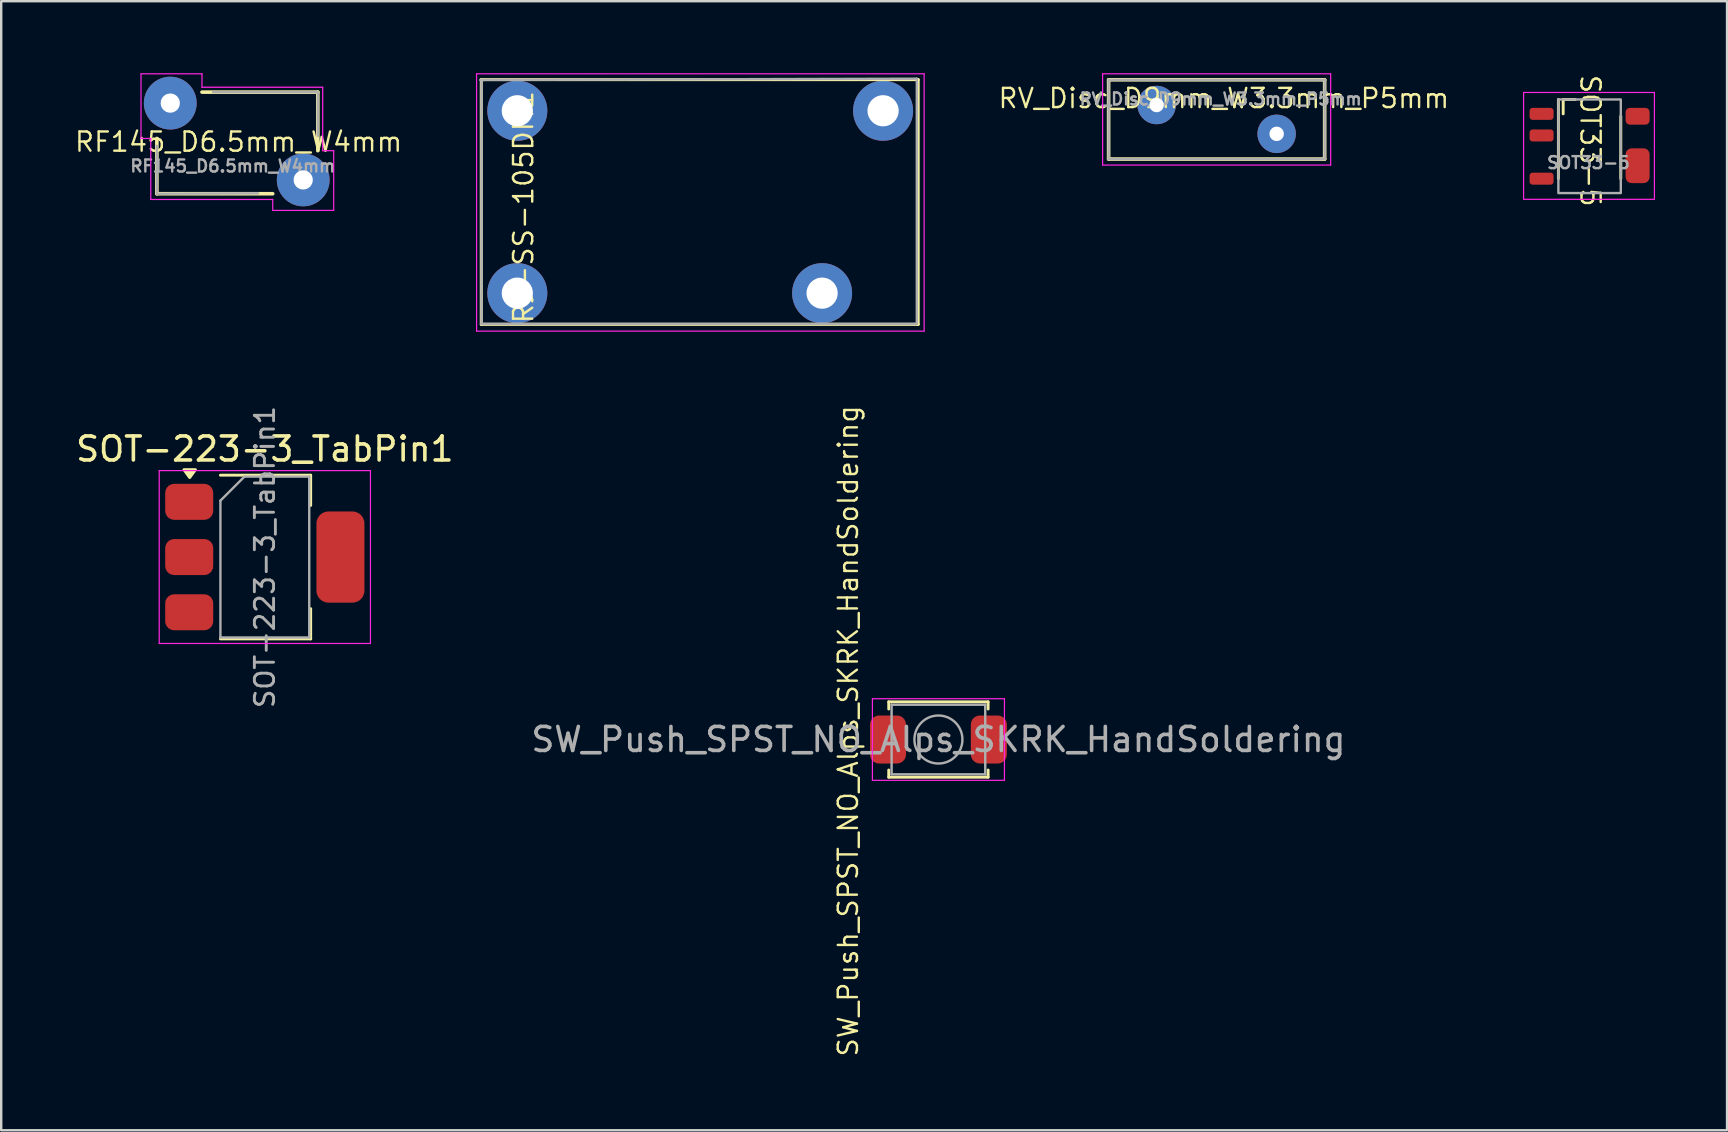
<source format=kicad_pcb>
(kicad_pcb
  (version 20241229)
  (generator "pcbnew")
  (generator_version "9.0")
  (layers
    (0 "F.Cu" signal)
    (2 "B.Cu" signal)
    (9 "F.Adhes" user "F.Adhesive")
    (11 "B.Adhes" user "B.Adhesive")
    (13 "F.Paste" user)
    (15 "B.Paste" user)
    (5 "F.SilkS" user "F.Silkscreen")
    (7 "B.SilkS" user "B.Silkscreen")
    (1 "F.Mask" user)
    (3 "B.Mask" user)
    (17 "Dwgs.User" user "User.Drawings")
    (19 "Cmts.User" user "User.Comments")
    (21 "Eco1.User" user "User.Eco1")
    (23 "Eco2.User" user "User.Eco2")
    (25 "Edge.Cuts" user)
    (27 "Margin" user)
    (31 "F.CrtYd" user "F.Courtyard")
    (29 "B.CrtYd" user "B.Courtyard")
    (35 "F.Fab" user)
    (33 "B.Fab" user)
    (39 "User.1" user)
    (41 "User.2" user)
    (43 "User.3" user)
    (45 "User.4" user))
  (footprint "SOT33-5"
    (layer "F.Cu")
    (at 63.168 3.153)
    (property "Reference" "SOT33-5" (at 0.028 -0.34 270) (unlocked yes) (layer "F.SilkS") (effects (font (size 0.8 0.8) (thickness 0.1))))
    (attr smd)
    (fp_line (start -1.3 1.24) (end -1.3 -2.06) (stroke (width 0.12) (type solid)) (layer "F.SilkS"))
    (fp_line (start -1.1 -2.06) (end -1.1 -1.46) (stroke (width 0.12) (type solid)) (layer "F.SilkS"))
    (fp_line (start -0.6 -2.06) (end -1.1 -2.06) (stroke (width 0.12) (type solid)) (layer "F.SilkS"))
    (fp_line (start 1.3 1.24) (end 1.3 -1.36) (stroke (width 0.12) (type solid)) (layer "F.SilkS"))
    (fp_rect (start -2.75 -2.35) (end 2.7 2.1) (stroke (width 0.05) (type default)) (fill no) (layer "F.CrtYd"))
    (fp_rect (start -1.3 -2.06) (end 1.3 1.84) (stroke (width 0.1) (type solid)) (fill no) (layer "F.Fab"))
    (fp_text user "${REFERENCE}" (at -0.05 0.574 0) (unlocked yes) (layer "F.Fab") (effects (font (size 0.5 0.5) (thickness 0.1))))
    (pad "1" smd roundrect (at -2 -1.46) (size 1 0.5) (layers "F.Cu" "F.Mask" "F.Paste") (roundrect_rratio 0.25))
    (pad "2" smd roundrect (at -2 -0.56) (size 1 0.5) (layers "F.Cu" "F.Mask" "F.Paste") (roundrect_rratio 0.25))
    (pad "3" smd roundrect (at -2 1.24) (size 1 0.5) (layers "F.Cu" "F.Mask" "F.Paste") (roundrect_rratio 0.25))
    (pad "4" smd roundrect (at 2 0.7 90) (size 1.45 1) (layers "F.Cu" "F.Mask" "F.Paste") (roundrect_rratio 0.25))
    (pad "5" smd roundrect (at 2 -1.36) (size 1 0.7) (layers "F.Cu" "F.Mask" "F.Paste") (roundrect_rratio 0.25)))
  (footprint "RF145_D6.5mm_W4mm"
    (layer "F.Cu")
    (at 6.939 2.921)
    (property "Reference" "RF145_D6.5mm_W4mm" (at -0.05 -0.06 0) (layer "F.SilkS") (effects (font (size 0.8 0.8) (thickness 0.1))))
    (attr through_hole)
    (fp_line (start -3.454 -0.203) (end -3.454 2.1) (stroke (width 0.15) (type solid)) (layer "F.SilkS"))
    (fp_line (start -3.454 2.1) (end 1.372 2.1) (stroke (width 0.15) (type solid)) (layer "F.SilkS"))
    (fp_line (start -1.575 -2.134) (end 3.251 -2.134) (stroke (width 0.15) (type solid)) (layer "F.SilkS"))
    (fp_line (start 3.251 -2.134) (end 3.251 0.305) (stroke (width 0.15) (type solid)) (layer "F.SilkS"))
    (fp_line (start -4.115 -2.896) (end -4.115 -0.203) (stroke (width 0.05) (type solid)) (layer "F.CrtYd"))
    (fp_line (start -4.115 -2.896) (end -1.575 -2.896) (stroke (width 0.05) (type solid)) (layer "F.CrtYd"))
    (fp_line (start -4.115 -0.203) (end -3.708 -0.203) (stroke (width 0.05) (type solid)) (layer "F.CrtYd"))
    (fp_line (start -3.708 -0.203) (end -3.708 2.337) (stroke (width 0.05) (type solid)) (layer "F.CrtYd"))
    (fp_line (start -3.708 2.337) (end 1.372 2.337) (stroke (width 0.05) (type solid)) (layer "F.CrtYd"))
    (fp_line (start -1.575 -2.337) (end -1.575 -2.896) (stroke (width 0.05) (type solid)) (layer "F.CrtYd"))
    (fp_line (start 1.372 2.337) (end 1.372 2.794) (stroke (width 0.05) (type solid)) (layer "F.CrtYd"))
    (fp_line (start 1.372 2.794) (end 3.912 2.794) (stroke (width 0.05) (type solid)) (layer "F.CrtYd"))
    (fp_line (start 3.454 -2.337) (end -1.575 -2.337) (stroke (width 0.05) (type solid)) (layer "F.CrtYd"))
    (fp_line (start 3.454 0.305) (end 3.454 -2.337) (stroke (width 0.05) (type solid)) (layer "F.CrtYd"))
    (fp_line (start 3.912 0.305) (end 3.454 0.305) (stroke (width 0.05) (type solid)) (layer "F.CrtYd"))
    (fp_line (start 3.912 0.305) (end 3.912 2.794) (stroke (width 0.05) (type solid)) (layer "F.CrtYd"))
    (fp_line (start -3.454 0.102) (end -3.454 2.1) (stroke (width 0.1) (type solid)) (layer "F.Fab"))
    (fp_line (start -3.454 2.1) (end 0.762 2.083) (stroke (width 0.1) (type solid)) (layer "F.Fab"))
    (fp_line (start -1.118 -2.134) (end 3.251 -2.134) (stroke (width 0.1) (type solid)) (layer "F.Fab"))
    (fp_line (start 3.251 -2.134) (end 3.251 -0.305) (stroke (width 0.1) (type solid)) (layer "F.Fab"))
    (fp_text user "${REFERENCE}" (at -0.292 0.947 0) (layer "F.Fab") (effects (font (size 0.5 0.5) (thickness 0.1))))
    (pad "1" thru_hole circle (at -2.896 -1.676) (size 2.2 2.2) (drill 0.8) (layers "*.Cu" "*.Mask"))
    (pad "2" thru_hole circle (at 2.642 1.524) (size 2.2 2.2) (drill 0.8) (layers "*.Cu" "*.Mask")))
  (footprint "SW_Push_SPST_NO_Alps_SKRK_HandSoldering"
    (layer "F.Cu")
    (at 36.042 27.756)
    (property "Reference" "SW_Push_SPST_NO_Alps_SKRK_HandSoldering" (at -3.759 -0.356 90) (layer "F.SilkS") (effects (font (size 0.8 0.8) (thickness 0.1))))
    (attr smd)
    (fp_line (start -2.07 -1.57) (end 2.07 -1.57) (stroke (width 0.12) (type solid)) (layer "F.SilkS"))
    (fp_line (start -2.07 -1.27) (end -2.07 -1.57) (stroke (width 0.12) (type solid)) (layer "F.SilkS"))
    (fp_line (start -2.07 1.57) (end -2.07 1.27) (stroke (width 0.12) (type solid)) (layer "F.SilkS"))
    (fp_line (start 2.07 -1.57) (end 2.07 -1.27) (stroke (width 0.12) (type solid)) (layer "F.SilkS"))
    (fp_line (start 2.07 1.27) (end 2.07 1.57) (stroke (width 0.12) (type solid)) (layer "F.SilkS"))
    (fp_line (start 2.07 1.57) (end -2.07 1.57) (stroke (width 0.12) (type solid)) (layer "F.SilkS"))
    (fp_line (start -2.75 -1.7) (end 2.75 -1.7) (stroke (width 0.05) (type solid)) (layer "F.CrtYd"))
    (fp_line (start -2.75 1.7) (end -2.75 -1.7) (stroke (width 0.05) (type solid)) (layer "F.CrtYd"))
    (fp_line (start 2.75 -1.7) (end 2.75 1.7) (stroke (width 0.05) (type solid)) (layer "F.CrtYd"))
    (fp_line (start 2.75 1.7) (end -2.75 1.7) (stroke (width 0.05) (type solid)) (layer "F.CrtYd"))
    (fp_line (start -1.95 -1.45) (end 1.95 -1.45) (stroke (width 0.1) (type solid)) (layer "F.Fab"))
    (fp_line (start -1.95 1.45) (end -1.95 -1.45) (stroke (width 0.1) (type solid)) (layer "F.Fab"))
    (fp_line (start 1.95 -1.45) (end 1.95 1.45) (stroke (width 0.1) (type solid)) (layer "F.Fab"))
    (fp_line (start 1.95 1.45) (end -1.95 1.45) (stroke (width 0.1) (type solid)) (layer "F.Fab"))
    (fp_circle (center 0 0) (end 1 0) (stroke (width 0.1) (type solid)) (fill no) (layer "F.Fab"))
    (fp_text user "${REFERENCE}" (at 0 0 0) (layer "F.Fab") (effects (font (size 1 1) (thickness 0.15))))
    (pad "1" smd roundrect (at -2.1 0) (size 1.5 2) (layers "F.Cu" "F.Mask" "F.Paste") (roundrect_rratio 0.25))
    (pad "2" smd roundrect (at 2.1 0) (size 1.5 2) (layers "F.Cu" "F.Mask" "F.Paste") (roundrect_rratio 0.25)))
  (footprint "RJ-SS-105DM1"
    (layer "F.Cu")
    (at 25.998 5.664)
    (property "Reference" "RJ-SS-105DM1" (at -7.243 -0.086 90) (layer "F.SilkS") (effects (font (size 0.8 0.8) (thickness 0.1))))
    (attr exclude_from_pos_files)
    (fp_line (start -8.999 -5.397) (end -8.999 4.798) (stroke (width 0.127) (type solid)) (layer "F.SilkS"))
    (fp_line (start -8.999 4.798) (end 9.2 4.798) (stroke (width 0.127) (type solid)) (layer "F.SilkS"))
    (fp_line (start 9.2 -5.397) (end -8.999 -5.397) (stroke (width 0.127) (type solid)) (layer "F.SilkS"))
    (fp_line (start 9.2 4.798) (end 9.2 -5.397) (stroke (width 0.127) (type solid)) (layer "F.SilkS"))
    (fp_line (start -9.195 -5.639) (end 9.449 -5.639) (stroke (width 0.05) (type solid)) (layer "F.CrtYd"))
    (fp_line (start -9.195 5.08) (end -9.195 -5.639) (stroke (width 0.05) (type solid)) (layer "F.CrtYd"))
    (fp_line (start 9.449 -5.639) (end 9.449 5.08) (stroke (width 0.05) (type solid)) (layer "F.CrtYd"))
    (fp_line (start 9.449 5.08) (end -9.195 5.08) (stroke (width 0.05) (type solid)) (layer "F.CrtYd"))
    (fp_line (start -9.042 -5.385) (end 9.144 -5.436) (stroke (width 0.1) (type solid)) (layer "F.Fab"))
    (fp_line (start -8.992 4.775) (end -8.992 -5.385) (stroke (width 0.1) (type solid)) (layer "F.Fab"))
    (fp_line (start 9.144 -5.436) (end 9.144 4.775) (stroke (width 0.1) (type solid)) (layer "F.Fab"))
    (fp_line (start 9.144 4.775) (end -8.992 4.775) (stroke (width 0.1) (type solid)) (layer "F.Fab"))
    (pad "11" thru_hole circle (at 7.739 -4.1) (size 2.5 2.5) (drill 1.298) (layers "*.Cu" "*.Mask"))
    (pad "14" thru_hole circle (at 5.199 3.498) (size 2.5 2.5) (drill 1.298) (layers "*.Cu" "*.Mask"))
    (pad "A1" thru_hole circle (at -7.498 -4.1) (size 2.5 2.5) (drill 1.298) (layers "*.Cu" "*.Mask"))
    (pad "A2" thru_hole circle (at -7.498 3.498) (size 2.5 2.5) (drill 1.298) (layers "*.Cu" "*.Mask")))
  (footprint "RV_Disc_D9mm_W3.3mm_P5mm"
    (layer "F.Cu")
    (at 45.132 1.325)
    (property "Reference" "RV_Disc_D9mm_W3.3mm_P5mm" (at 2.8 -0.28 0) (layer "F.SilkS") (effects (font (size 0.8 0.8) (thickness 0.1))))
    (attr through_hole)
    (fp_line (start -2 -1.05) (end -2 2.25) (stroke (width 0.15) (type solid)) (layer "F.SilkS"))
    (fp_line (start -2 -1.05) (end 7 -1.05) (stroke (width 0.15) (type solid)) (layer "F.SilkS"))
    (fp_line (start -2 2.25) (end 7 2.25) (stroke (width 0.15) (type solid)) (layer "F.SilkS"))
    (fp_line (start 7 -1.05) (end 7 2.25) (stroke (width 0.15) (type solid)) (layer "F.SilkS"))
    (fp_line (start -2.25 -1.3) (end -2.25 2.5) (stroke (width 0.05) (type solid)) (layer "F.CrtYd"))
    (fp_line (start -2.25 -1.3) (end 7.25 -1.3) (stroke (width 0.05) (type solid)) (layer "F.CrtYd"))
    (fp_line (start -2.25 2.5) (end 7.25 2.5) (stroke (width 0.05) (type solid)) (layer "F.CrtYd"))
    (fp_line (start 7.25 -1.3) (end 7.25 2.5) (stroke (width 0.05) (type solid)) (layer "F.CrtYd"))
    (fp_line (start -2 -1.05) (end -2 2.25) (stroke (width 0.1) (type solid)) (layer "F.Fab"))
    (fp_line (start -2 -1.05) (end 7 -1.05) (stroke (width 0.1) (type solid)) (layer "F.Fab"))
    (fp_line (start -2 2.25) (end 7 2.25) (stroke (width 0.1) (type solid)) (layer "F.Fab"))
    (fp_line (start 7 -1.05) (end 7 2.25) (stroke (width 0.1) (type solid)) (layer "F.Fab"))
    (fp_text user "${REFERENCE}" (at 2.668 -0.25 180) (layer "F.Fab") (effects (font (size 0.5 0.5) (thickness 0.1))))
    (pad "1" thru_hole circle (at 0 0) (size 1.6 1.6) (drill 0.6) (layers "*.Cu" "*.Mask"))
    (pad "2" thru_hole circle (at 5 1.2) (size 1.6 1.6) (drill 0.6) (layers "*.Cu" "*.Mask")))
  (footprint "SOT-223-3_TabPin1"
    (layer "F.Cu")
    (at 7.982 20.155)
    (property "Reference" "SOT-223-3_TabPin1" (at 0 -4.5 0) (layer "F.SilkS") (effects (font (size 1 1) (thickness 0.15))))
    (attr smd)
    (fp_line (start -1.85 -3.41) (end 1.91 -3.41) (stroke (width 0.12) (type solid)) (layer "F.SilkS"))
    (fp_line (start -1.85 3.41) (end 1.91 3.41) (stroke (width 0.12) (type solid)) (layer "F.SilkS"))
    (fp_line (start 1.91 -3.41) (end 1.91 -2.15) (stroke (width 0.12) (type solid)) (layer "F.SilkS"))
    (fp_line (start 1.91 3.41) (end 1.91 2.15) (stroke (width 0.12) (type solid)) (layer "F.SilkS"))
    (fp_poly (pts (xy -3.13 -3.31) (xy -3.37 -3.64) (xy -2.89 -3.64) (xy -3.13 -3.31)) (stroke (width 0.12) (type solid)) (fill yes) (layer "F.SilkS"))
    (fp_line (start -4.4 -3.6) (end -4.4 3.6) (stroke (width 0.05) (type solid)) (layer "F.CrtYd"))
    (fp_line (start -4.4 3.6) (end 4.4 3.6) (stroke (width 0.05) (type solid)) (layer "F.CrtYd"))
    (fp_line (start 4.4 -3.6) (end -4.4 -3.6) (stroke (width 0.05) (type solid)) (layer "F.CrtYd"))
    (fp_line (start 4.4 3.6) (end 4.4 -3.6) (stroke (width 0.05) (type solid)) (layer "F.CrtYd"))
    (fp_line (start -1.85 -2.35) (end -1.85 3.35) (stroke (width 0.1) (type solid)) (layer "F.Fab"))
    (fp_line (start -1.85 -2.35) (end -0.85 -3.35) (stroke (width 0.1) (type solid)) (layer "F.Fab"))
    (fp_line (start -1.85 3.35) (end 1.85 3.35) (stroke (width 0.1) (type solid)) (layer "F.Fab"))
    (fp_line (start -0.85 -3.35) (end 1.85 -3.35) (stroke (width 0.1) (type solid)) (layer "F.Fab"))
    (fp_line (start 1.85 -3.35) (end 1.85 3.35) (stroke (width 0.1) (type solid)) (layer "F.Fab"))
    (fp_text user "${REFERENCE}" (at 0 0 90) (layer "F.Fab") (effects (font (size 0.8 0.8) (thickness 0.12))))
    (pad "1" smd roundrect (at -3.15 -2.3) (size 2 1.5) (layers "F.Cu" "F.Mask" "F.Paste") (roundrect_rratio 0.25))
    (pad "1" smd roundrect (at 3.15 0) (size 2 3.8) (layers "F.Cu" "F.Mask" "F.Paste") (roundrect_rratio 0.25))
    (pad "2" smd roundrect (at -3.15 0) (size 2 1.5) (layers "F.Cu" "F.Mask" "F.Paste") (roundrect_rratio 0.25))
    (pad "3" smd roundrect (at -3.15 2.3) (size 2 1.5) (layers "F.Cu" "F.Mask" "F.Paste") (roundrect_rratio 0.25)))
  (gr_rect
    (start -3 -3)
    (end 68.893 44.033)
    (stroke (width 0.1) (type default))
    (fill no)
    (layer "Edge.Cuts")))
</source>
